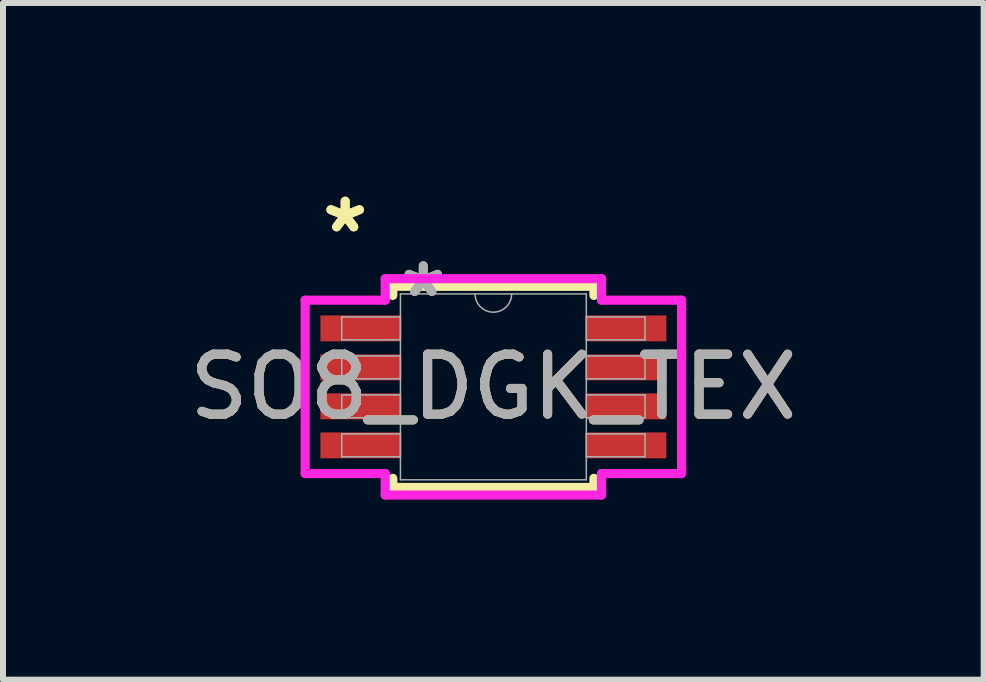
<source format=kicad_pcb>
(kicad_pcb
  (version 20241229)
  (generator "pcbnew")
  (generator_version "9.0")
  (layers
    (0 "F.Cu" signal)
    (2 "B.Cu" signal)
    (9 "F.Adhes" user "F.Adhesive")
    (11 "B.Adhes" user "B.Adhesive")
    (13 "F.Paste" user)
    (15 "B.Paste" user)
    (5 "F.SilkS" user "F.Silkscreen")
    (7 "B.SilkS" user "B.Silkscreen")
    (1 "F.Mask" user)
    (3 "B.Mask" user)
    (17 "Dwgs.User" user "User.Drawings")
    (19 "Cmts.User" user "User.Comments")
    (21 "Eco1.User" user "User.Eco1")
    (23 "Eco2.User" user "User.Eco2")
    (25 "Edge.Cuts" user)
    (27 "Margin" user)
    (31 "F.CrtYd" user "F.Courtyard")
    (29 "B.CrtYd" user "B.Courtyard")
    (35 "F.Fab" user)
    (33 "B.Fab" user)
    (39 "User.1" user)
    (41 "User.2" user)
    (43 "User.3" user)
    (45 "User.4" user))
  (footprint "SO8_DGK_TEX"
    (layer "F.Cu")
    (at 5.173 3.398)
    (property "Reference" "SO8_DGK_TEX" (at 0 0 0) (unlocked yes) (layer "F.SilkS") (effects (font (size 1 1) (thickness 0.15))))
    (attr smd)
    (fp_line (start -1.676 -1.676) (end -1.676 -1.524) (stroke (width 0.152) (type solid)) (layer "F.SilkS"))
    (fp_line (start -1.676 1.524) (end -1.676 1.676) (stroke (width 0.152) (type solid)) (layer "F.SilkS"))
    (fp_line (start -1.676 1.676) (end 1.676 1.676) (stroke (width 0.152) (type solid)) (layer "F.SilkS"))
    (fp_line (start 1.676 -1.676) (end -1.676 -1.676) (stroke (width 0.152) (type solid)) (layer "F.SilkS"))
    (fp_line (start 1.676 -1.524) (end 1.676 -1.676) (stroke (width 0.152) (type solid)) (layer "F.SilkS"))
    (fp_line (start 1.676 1.676) (end 1.676 1.524) (stroke (width 0.152) (type solid)) (layer "F.SilkS"))
    (fp_line (start -3.137 -1.445) (end -1.803 -1.445) (stroke (width 0.152) (type solid)) (layer "F.CrtYd"))
    (fp_line (start -3.137 1.445) (end -3.137 -1.445) (stroke (width 0.152) (type solid)) (layer "F.CrtYd"))
    (fp_line (start -3.137 1.445) (end -1.803 1.445) (stroke (width 0.152) (type solid)) (layer "F.CrtYd"))
    (fp_line (start -1.803 -1.803) (end 1.803 -1.803) (stroke (width 0.152) (type solid)) (layer "F.CrtYd"))
    (fp_line (start -1.803 -1.445) (end -1.803 -1.803) (stroke (width 0.152) (type solid)) (layer "F.CrtYd"))
    (fp_line (start -1.803 1.803) (end -1.803 1.445) (stroke (width 0.152) (type solid)) (layer "F.CrtYd"))
    (fp_line (start 1.803 -1.803) (end 1.803 -1.445) (stroke (width 0.152) (type solid)) (layer "F.CrtYd"))
    (fp_line (start 1.803 1.445) (end 1.803 1.803) (stroke (width 0.152) (type solid)) (layer "F.CrtYd"))
    (fp_line (start 1.803 1.803) (end -1.803 1.803) (stroke (width 0.152) (type solid)) (layer "F.CrtYd"))
    (fp_line (start 3.137 -1.445) (end 1.803 -1.445) (stroke (width 0.152) (type solid)) (layer "F.CrtYd"))
    (fp_line (start 3.137 -1.445) (end 3.137 1.445) (stroke (width 0.152) (type solid)) (layer "F.CrtYd"))
    (fp_line (start 3.137 1.445) (end 1.803 1.445) (stroke (width 0.152) (type solid)) (layer "F.CrtYd"))
    (fp_line (start -2.527 -1.165) (end -2.527 -0.784) (stroke (width 0.025) (type solid)) (layer "F.Fab"))
    (fp_line (start -2.527 -0.784) (end -1.549 -0.784) (stroke (width 0.025) (type solid)) (layer "F.Fab"))
    (fp_line (start -2.527 -0.515) (end -2.527 -0.134) (stroke (width 0.025) (type solid)) (layer "F.Fab"))
    (fp_line (start -2.527 -0.134) (end -1.549 -0.134) (stroke (width 0.025) (type solid)) (layer "F.Fab"))
    (fp_line (start -2.527 0.134) (end -2.527 0.515) (stroke (width 0.025) (type solid)) (layer "F.Fab"))
    (fp_line (start -2.527 0.515) (end -1.549 0.515) (stroke (width 0.025) (type solid)) (layer "F.Fab"))
    (fp_line (start -2.527 0.784) (end -2.527 1.165) (stroke (width 0.025) (type solid)) (layer "F.Fab"))
    (fp_line (start -2.527 1.165) (end -1.549 1.165) (stroke (width 0.025) (type solid)) (layer "F.Fab"))
    (fp_line (start -1.549 -1.549) (end -1.549 1.549) (stroke (width 0.025) (type solid)) (layer "F.Fab"))
    (fp_line (start -1.549 -1.165) (end -2.527 -1.165) (stroke (width 0.025) (type solid)) (layer "F.Fab"))
    (fp_line (start -1.549 -0.784) (end -1.549 -1.165) (stroke (width 0.025) (type solid)) (layer "F.Fab"))
    (fp_line (start -1.549 -0.515) (end -2.527 -0.515) (stroke (width 0.025) (type solid)) (layer "F.Fab"))
    (fp_line (start -1.549 -0.134) (end -1.549 -0.515) (stroke (width 0.025) (type solid)) (layer "F.Fab"))
    (fp_line (start -1.549 0.134) (end -2.527 0.134) (stroke (width 0.025) (type solid)) (layer "F.Fab"))
    (fp_line (start -1.549 0.515) (end -1.549 0.134) (stroke (width 0.025) (type solid)) (layer "F.Fab"))
    (fp_line (start -1.549 0.784) (end -2.527 0.784) (stroke (width 0.025) (type solid)) (layer "F.Fab"))
    (fp_line (start -1.549 1.165) (end -1.549 0.784) (stroke (width 0.025) (type solid)) (layer "F.Fab"))
    (fp_line (start -1.549 1.549) (end 1.549 1.549) (stroke (width 0.025) (type solid)) (layer "F.Fab"))
    (fp_line (start 1.549 -1.549) (end -1.549 -1.549) (stroke (width 0.025) (type solid)) (layer "F.Fab"))
    (fp_line (start 1.549 -1.165) (end 1.549 -0.784) (stroke (width 0.025) (type solid)) (layer "F.Fab"))
    (fp_line (start 1.549 -0.784) (end 2.527 -0.784) (stroke (width 0.025) (type solid)) (layer "F.Fab"))
    (fp_line (start 1.549 -0.515) (end 1.549 -0.134) (stroke (width 0.025) (type solid)) (layer "F.Fab"))
    (fp_line (start 1.549 -0.134) (end 2.527 -0.134) (stroke (width 0.025) (type solid)) (layer "F.Fab"))
    (fp_line (start 1.549 0.134) (end 1.549 0.515) (stroke (width 0.025) (type solid)) (layer "F.Fab"))
    (fp_line (start 1.549 0.515) (end 2.527 0.515) (stroke (width 0.025) (type solid)) (layer "F.Fab"))
    (fp_line (start 1.549 0.784) (end 1.549 1.165) (stroke (width 0.025) (type solid)) (layer "F.Fab"))
    (fp_line (start 1.549 1.165) (end 2.527 1.165) (stroke (width 0.025) (type solid)) (layer "F.Fab"))
    (fp_line (start 1.549 1.549) (end 1.549 -1.549) (stroke (width 0.025) (type solid)) (layer "F.Fab"))
    (fp_line (start 2.527 -1.165) (end 1.549 -1.165) (stroke (width 0.025) (type solid)) (layer "F.Fab"))
    (fp_line (start 2.527 -0.784) (end 2.527 -1.165) (stroke (width 0.025) (type solid)) (layer "F.Fab"))
    (fp_line (start 2.527 -0.515) (end 1.549 -0.515) (stroke (width 0.025) (type solid)) (layer "F.Fab"))
    (fp_line (start 2.527 -0.134) (end 2.527 -0.515) (stroke (width 0.025) (type solid)) (layer "F.Fab"))
    (fp_line (start 2.527 0.134) (end 1.549 0.134) (stroke (width 0.025) (type solid)) (layer "F.Fab"))
    (fp_line (start 2.527 0.515) (end 2.527 0.134) (stroke (width 0.025) (type solid)) (layer "F.Fab"))
    (fp_line (start 2.527 0.784) (end 1.549 0.784) (stroke (width 0.025) (type solid)) (layer "F.Fab"))
    (fp_line (start 2.527 1.165) (end 2.527 0.784) (stroke (width 0.025) (type solid)) (layer "F.Fab"))
    (fp_arc (start 0.3048 -1.5494) (mid 0 -1.2446) (end -0.3048 -1.5494) (stroke (width 0.0254) (type solid)) (layer "F.Fab"))
    (fp_text user "*" (at -2.47 -2.55 0) (layer "F.SilkS") (effects (font (size 1 1) (thickness 0.15))))
    (fp_text user "*" (at -2.47 -2.55 0) (unlocked yes) (layer "F.SilkS") (effects (font (size 1 1) (thickness 0.15))))
    (fp_text user "*" (at -1.168 -1.473 0) (layer "F.Fab") (effects (font (size 1 1) (thickness 0.15))))
    (fp_text user "*" (at -1.168 -1.473 0) (unlocked yes) (layer "F.Fab") (effects (font (size 1 1) (thickness 0.15))))
    (fp_text user "${REFERENCE}" (at 0 0 0) (unlocked yes) (layer "F.Fab") (effects (font (size 1 1) (thickness 0.15))))
    (pad "1" smd rect (at -2.216 -0.975) (size 1.333 0.432) (layers "F.Cu" "F.Mask" "F.Paste"))
    (pad "2" smd rect (at -2.216 -0.325) (size 1.333 0.432) (layers "F.Cu" "F.Mask" "F.Paste"))
    (pad "3" smd rect (at -2.216 0.325) (size 1.333 0.432) (layers "F.Cu" "F.Mask" "F.Paste"))
    (pad "4" smd rect (at -2.216 0.975) (size 1.333 0.432) (layers "F.Cu" "F.Mask" "F.Paste"))
    (pad "5" smd rect (at 2.216 0.975) (size 1.333 0.432) (layers "F.Cu" "F.Mask" "F.Paste"))
    (pad "6" smd rect (at 2.216 0.325) (size 1.333 0.432) (layers "F.Cu" "F.Mask" "F.Paste"))
    (pad "7" smd rect (at 2.216 -0.325) (size 1.333 0.432) (layers "F.Cu" "F.Mask" "F.Paste"))
    (pad "8" smd rect (at 2.216 -0.975) (size 1.333 0.432) (layers "F.Cu" "F.Mask" "F.Paste")))
  (gr_rect
    (start -3 -3)
    (end 13.345 8.278)
    (stroke (width 0.1) (type default))
    (fill no)
    (layer "Edge.Cuts")))
</source>
